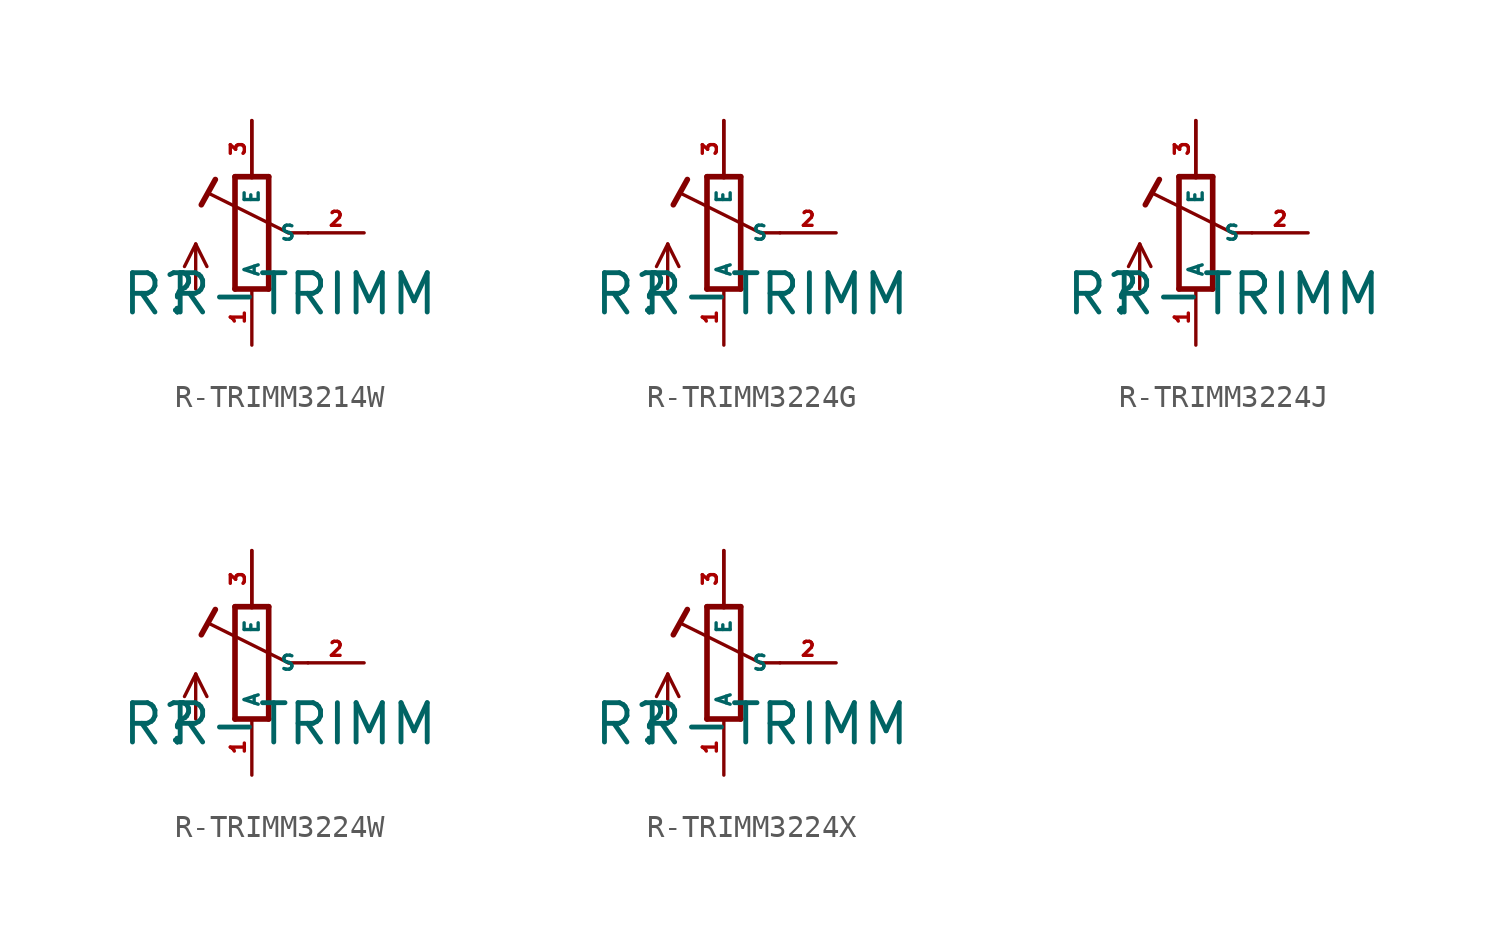
<source format=kicad_sym>
(kicad_symbol_lib
  (version 20220914)
  (generator Eagle2Kicad)
  (symbol "R-TRIMM3214W"
    (property "Reference" "R"
      (at -5.969 -3.81 0)
      (effects (font (size 1.778 1.778) (thickness 0.22)) (justify left bottom)))
    (property "Value" "R-TRIMM"
      (at -3.81 -3.81 0)
      (effects (font (size 1.778 1.778) (thickness 0.22)) (justify left bottom)))
    (polyline
      (pts (xy 0.762 2.54) (xy 0 2.54))
      (stroke (width 0.254) (type default))
      (fill (type none)))
    (polyline
      (pts (xy -0.762 2.54) (xy -0.762 -2.54))
      (stroke (width 0.254) (type default))
      (fill (type none)))
    (polyline
      (pts (xy 0.762 -2.54) (xy 0.762 2.54))
      (stroke (width 0.254) (type default))
      (fill (type none)))
    (polyline
      (pts (xy 2.54 0) (xy 1.651 0))
      (stroke (width 0.152) (type default))
      (fill (type none)))
    (polyline
      (pts (xy 1.651 0) (xy -1.88 1.753))
      (stroke (width 0.152) (type default))
      (fill (type none)))
    (polyline
      (pts (xy 0 2.54) (xy 0 5.08))
      (stroke (width 0.152) (type default))
      (fill (type none)))
    (polyline
      (pts (xy 0 2.54) (xy -0.762 2.54))
      (stroke (width 0.254) (type default))
      (fill (type none)))
    (polyline
      (pts (xy -0.762 -2.54) (xy 0.762 -2.54))
      (stroke (width 0.254) (type default))
      (fill (type none)))
    (polyline
      (pts (xy -2.286 1.27) (xy -1.651 2.413))
      (stroke (width 0.254) (type default))
      (fill (type none)))
    (polyline
      (pts (xy -2.54 -2.54) (xy -2.54 -0.508))
      (stroke (width 0.152) (type default))
      (fill (type none)))
    (polyline
      (pts (xy -2.54 -0.508) (xy -3.048 -1.524))
      (stroke (width 0.152) (type default))
      (fill (type none)))
    (polyline
      (pts (xy -2.54 -0.508) (xy -2.032 -1.524))
      (stroke (width 0.152) (type default))
      (fill (type none)))
    (pin passive line
      (at 0 -5.08 90)
      (length 2.54)
      (name "A" (effects (font (size 0.635 0.635) (thickness 0.08)) (justify left bottom)))
      (number "1" (effects (font (size 0.635 0.635) (thickness 0.08)) (justify left bottom))))
    (pin passive line
      (at 0 5.08 270)
      (length 2.54)
      (name "E" (effects (font (size 0.635 0.635) (thickness 0.08)) (justify left bottom)))
      (number "3" (effects (font (size 0.635 0.635) (thickness 0.08)) (justify left bottom))))
    (pin passive line
      (at 5.08 0 180)
      (length 2.54)
      (name "S" (effects (font (size 0.635 0.635) (thickness 0.08)) (justify left bottom)))
      (number "2" (effects (font (size 0.635 0.635) (thickness 0.08)) (justify left bottom)))))
  (symbol "R-TRIMM3224G"
    (property "Reference" "R"
      (at -5.969 -3.81 0)
      (effects (font (size 1.778 1.778) (thickness 0.22)) (justify left bottom)))
    (property "Value" "R-TRIMM"
      (at -3.81 -3.81 0)
      (effects (font (size 1.778 1.778) (thickness 0.22)) (justify left bottom)))
    (polyline
      (pts (xy 0.762 2.54) (xy 0 2.54))
      (stroke (width 0.254) (type default))
      (fill (type none)))
    (polyline
      (pts (xy -0.762 2.54) (xy -0.762 -2.54))
      (stroke (width 0.254) (type default))
      (fill (type none)))
    (polyline
      (pts (xy 0.762 -2.54) (xy 0.762 2.54))
      (stroke (width 0.254) (type default))
      (fill (type none)))
    (polyline
      (pts (xy 2.54 0) (xy 1.651 0))
      (stroke (width 0.152) (type default))
      (fill (type none)))
    (polyline
      (pts (xy 1.651 0) (xy -1.88 1.753))
      (stroke (width 0.152) (type default))
      (fill (type none)))
    (polyline
      (pts (xy 0 2.54) (xy 0 5.08))
      (stroke (width 0.152) (type default))
      (fill (type none)))
    (polyline
      (pts (xy 0 2.54) (xy -0.762 2.54))
      (stroke (width 0.254) (type default))
      (fill (type none)))
    (polyline
      (pts (xy -0.762 -2.54) (xy 0.762 -2.54))
      (stroke (width 0.254) (type default))
      (fill (type none)))
    (polyline
      (pts (xy -2.286 1.27) (xy -1.651 2.413))
      (stroke (width 0.254) (type default))
      (fill (type none)))
    (polyline
      (pts (xy -2.54 -2.54) (xy -2.54 -0.508))
      (stroke (width 0.152) (type default))
      (fill (type none)))
    (polyline
      (pts (xy -2.54 -0.508) (xy -3.048 -1.524))
      (stroke (width 0.152) (type default))
      (fill (type none)))
    (polyline
      (pts (xy -2.54 -0.508) (xy -2.032 -1.524))
      (stroke (width 0.152) (type default))
      (fill (type none)))
    (pin passive line
      (at 0 -5.08 90)
      (length 2.54)
      (name "A" (effects (font (size 0.635 0.635) (thickness 0.08)) (justify left bottom)))
      (number "1" (effects (font (size 0.635 0.635) (thickness 0.08)) (justify left bottom))))
    (pin passive line
      (at 0 5.08 270)
      (length 2.54)
      (name "E" (effects (font (size 0.635 0.635) (thickness 0.08)) (justify left bottom)))
      (number "3" (effects (font (size 0.635 0.635) (thickness 0.08)) (justify left bottom))))
    (pin passive line
      (at 5.08 0 180)
      (length 2.54)
      (name "S" (effects (font (size 0.635 0.635) (thickness 0.08)) (justify left bottom)))
      (number "2" (effects (font (size 0.635 0.635) (thickness 0.08)) (justify left bottom)))))
  (symbol "R-TRIMM3224J"
    (property "Reference" "R"
      (at -5.969 -3.81 0)
      (effects (font (size 1.778 1.778) (thickness 0.22)) (justify left bottom)))
    (property "Value" "R-TRIMM"
      (at -3.81 -3.81 0)
      (effects (font (size 1.778 1.778) (thickness 0.22)) (justify left bottom)))
    (polyline
      (pts (xy 0.762 2.54) (xy 0 2.54))
      (stroke (width 0.254) (type default))
      (fill (type none)))
    (polyline
      (pts (xy -0.762 2.54) (xy -0.762 -2.54))
      (stroke (width 0.254) (type default))
      (fill (type none)))
    (polyline
      (pts (xy 0.762 -2.54) (xy 0.762 2.54))
      (stroke (width 0.254) (type default))
      (fill (type none)))
    (polyline
      (pts (xy 2.54 0) (xy 1.651 0))
      (stroke (width 0.152) (type default))
      (fill (type none)))
    (polyline
      (pts (xy 1.651 0) (xy -1.88 1.753))
      (stroke (width 0.152) (type default))
      (fill (type none)))
    (polyline
      (pts (xy 0 2.54) (xy 0 5.08))
      (stroke (width 0.152) (type default))
      (fill (type none)))
    (polyline
      (pts (xy 0 2.54) (xy -0.762 2.54))
      (stroke (width 0.254) (type default))
      (fill (type none)))
    (polyline
      (pts (xy -0.762 -2.54) (xy 0.762 -2.54))
      (stroke (width 0.254) (type default))
      (fill (type none)))
    (polyline
      (pts (xy -2.286 1.27) (xy -1.651 2.413))
      (stroke (width 0.254) (type default))
      (fill (type none)))
    (polyline
      (pts (xy -2.54 -2.54) (xy -2.54 -0.508))
      (stroke (width 0.152) (type default))
      (fill (type none)))
    (polyline
      (pts (xy -2.54 -0.508) (xy -3.048 -1.524))
      (stroke (width 0.152) (type default))
      (fill (type none)))
    (polyline
      (pts (xy -2.54 -0.508) (xy -2.032 -1.524))
      (stroke (width 0.152) (type default))
      (fill (type none)))
    (pin passive line
      (at 0 -5.08 90)
      (length 2.54)
      (name "A" (effects (font (size 0.635 0.635) (thickness 0.08)) (justify left bottom)))
      (number "1" (effects (font (size 0.635 0.635) (thickness 0.08)) (justify left bottom))))
    (pin passive line
      (at 0 5.08 270)
      (length 2.54)
      (name "E" (effects (font (size 0.635 0.635) (thickness 0.08)) (justify left bottom)))
      (number "3" (effects (font (size 0.635 0.635) (thickness 0.08)) (justify left bottom))))
    (pin passive line
      (at 5.08 0 180)
      (length 2.54)
      (name "S" (effects (font (size 0.635 0.635) (thickness 0.08)) (justify left bottom)))
      (number "2" (effects (font (size 0.635 0.635) (thickness 0.08)) (justify left bottom)))))
  (symbol "R-TRIMM3224W"
    (property "Reference" "R"
      (at -5.969 -3.81 0)
      (effects (font (size 1.778 1.778) (thickness 0.22)) (justify left bottom)))
    (property "Value" "R-TRIMM"
      (at -3.81 -3.81 0)
      (effects (font (size 1.778 1.778) (thickness 0.22)) (justify left bottom)))
    (polyline
      (pts (xy 0.762 2.54) (xy 0 2.54))
      (stroke (width 0.254) (type default))
      (fill (type none)))
    (polyline
      (pts (xy -0.762 2.54) (xy -0.762 -2.54))
      (stroke (width 0.254) (type default))
      (fill (type none)))
    (polyline
      (pts (xy 0.762 -2.54) (xy 0.762 2.54))
      (stroke (width 0.254) (type default))
      (fill (type none)))
    (polyline
      (pts (xy 2.54 0) (xy 1.651 0))
      (stroke (width 0.152) (type default))
      (fill (type none)))
    (polyline
      (pts (xy 1.651 0) (xy -1.88 1.753))
      (stroke (width 0.152) (type default))
      (fill (type none)))
    (polyline
      (pts (xy 0 2.54) (xy 0 5.08))
      (stroke (width 0.152) (type default))
      (fill (type none)))
    (polyline
      (pts (xy 0 2.54) (xy -0.762 2.54))
      (stroke (width 0.254) (type default))
      (fill (type none)))
    (polyline
      (pts (xy -0.762 -2.54) (xy 0.762 -2.54))
      (stroke (width 0.254) (type default))
      (fill (type none)))
    (polyline
      (pts (xy -2.286 1.27) (xy -1.651 2.413))
      (stroke (width 0.254) (type default))
      (fill (type none)))
    (polyline
      (pts (xy -2.54 -2.54) (xy -2.54 -0.508))
      (stroke (width 0.152) (type default))
      (fill (type none)))
    (polyline
      (pts (xy -2.54 -0.508) (xy -3.048 -1.524))
      (stroke (width 0.152) (type default))
      (fill (type none)))
    (polyline
      (pts (xy -2.54 -0.508) (xy -2.032 -1.524))
      (stroke (width 0.152) (type default))
      (fill (type none)))
    (pin passive line
      (at 0 -5.08 90)
      (length 2.54)
      (name "A" (effects (font (size 0.635 0.635) (thickness 0.08)) (justify left bottom)))
      (number "1" (effects (font (size 0.635 0.635) (thickness 0.08)) (justify left bottom))))
    (pin passive line
      (at 0 5.08 270)
      (length 2.54)
      (name "E" (effects (font (size 0.635 0.635) (thickness 0.08)) (justify left bottom)))
      (number "3" (effects (font (size 0.635 0.635) (thickness 0.08)) (justify left bottom))))
    (pin passive line
      (at 5.08 0 180)
      (length 2.54)
      (name "S" (effects (font (size 0.635 0.635) (thickness 0.08)) (justify left bottom)))
      (number "2" (effects (font (size 0.635 0.635) (thickness 0.08)) (justify left bottom)))))
  (symbol "R-TRIMM3224X"
    (property "Reference" "R"
      (at -5.969 -3.81 0)
      (effects (font (size 1.778 1.778) (thickness 0.22)) (justify left bottom)))
    (property "Value" "R-TRIMM"
      (at -3.81 -3.81 0)
      (effects (font (size 1.778 1.778) (thickness 0.22)) (justify left bottom)))
    (polyline
      (pts (xy 0.762 2.54) (xy 0 2.54))
      (stroke (width 0.254) (type default))
      (fill (type none)))
    (polyline
      (pts (xy -0.762 2.54) (xy -0.762 -2.54))
      (stroke (width 0.254) (type default))
      (fill (type none)))
    (polyline
      (pts (xy 0.762 -2.54) (xy 0.762 2.54))
      (stroke (width 0.254) (type default))
      (fill (type none)))
    (polyline
      (pts (xy 2.54 0) (xy 1.651 0))
      (stroke (width 0.152) (type default))
      (fill (type none)))
    (polyline
      (pts (xy 1.651 0) (xy -1.88 1.753))
      (stroke (width 0.152) (type default))
      (fill (type none)))
    (polyline
      (pts (xy 0 2.54) (xy 0 5.08))
      (stroke (width 0.152) (type default))
      (fill (type none)))
    (polyline
      (pts (xy 0 2.54) (xy -0.762 2.54))
      (stroke (width 0.254) (type default))
      (fill (type none)))
    (polyline
      (pts (xy -0.762 -2.54) (xy 0.762 -2.54))
      (stroke (width 0.254) (type default))
      (fill (type none)))
    (polyline
      (pts (xy -2.286 1.27) (xy -1.651 2.413))
      (stroke (width 0.254) (type default))
      (fill (type none)))
    (polyline
      (pts (xy -2.54 -2.54) (xy -2.54 -0.508))
      (stroke (width 0.152) (type default))
      (fill (type none)))
    (polyline
      (pts (xy -2.54 -0.508) (xy -3.048 -1.524))
      (stroke (width 0.152) (type default))
      (fill (type none)))
    (polyline
      (pts (xy -2.54 -0.508) (xy -2.032 -1.524))
      (stroke (width 0.152) (type default))
      (fill (type none)))
    (pin passive line
      (at 0 -5.08 90)
      (length 2.54)
      (name "A" (effects (font (size 0.635 0.635) (thickness 0.08)) (justify left bottom)))
      (number "1" (effects (font (size 0.635 0.635) (thickness 0.08)) (justify left bottom))))
    (pin passive line
      (at 0 5.08 270)
      (length 2.54)
      (name "E" (effects (font (size 0.635 0.635) (thickness 0.08)) (justify left bottom)))
      (number "3" (effects (font (size 0.635 0.635) (thickness 0.08)) (justify left bottom))))
    (pin passive line
      (at 5.08 0 180)
      (length 2.54)
      (name "S" (effects (font (size 0.635 0.635) (thickness 0.08)) (justify left bottom)))
      (number "2" (effects (font (size 0.635 0.635) (thickness 0.08)) (justify left bottom))))))
</source>
